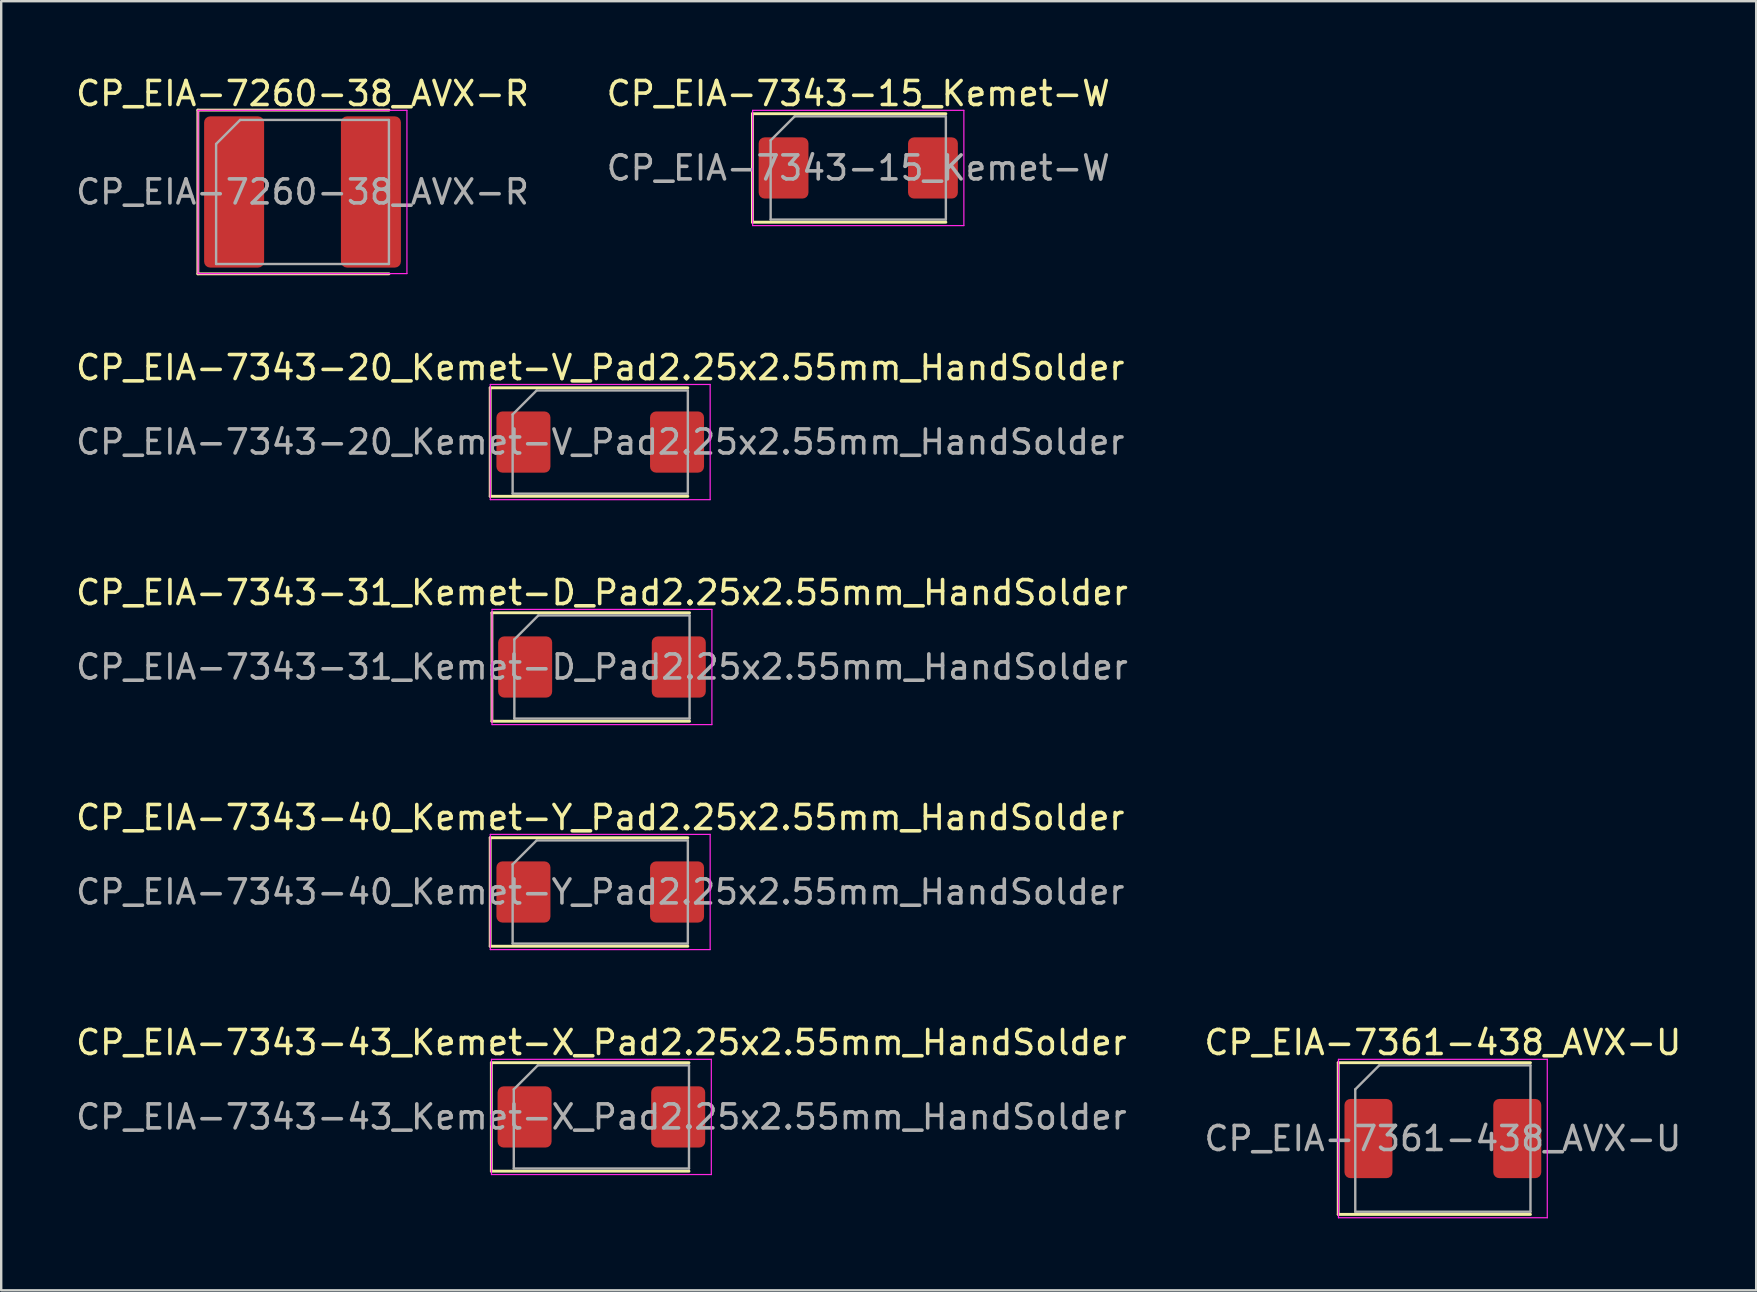
<source format=kicad_pcb>
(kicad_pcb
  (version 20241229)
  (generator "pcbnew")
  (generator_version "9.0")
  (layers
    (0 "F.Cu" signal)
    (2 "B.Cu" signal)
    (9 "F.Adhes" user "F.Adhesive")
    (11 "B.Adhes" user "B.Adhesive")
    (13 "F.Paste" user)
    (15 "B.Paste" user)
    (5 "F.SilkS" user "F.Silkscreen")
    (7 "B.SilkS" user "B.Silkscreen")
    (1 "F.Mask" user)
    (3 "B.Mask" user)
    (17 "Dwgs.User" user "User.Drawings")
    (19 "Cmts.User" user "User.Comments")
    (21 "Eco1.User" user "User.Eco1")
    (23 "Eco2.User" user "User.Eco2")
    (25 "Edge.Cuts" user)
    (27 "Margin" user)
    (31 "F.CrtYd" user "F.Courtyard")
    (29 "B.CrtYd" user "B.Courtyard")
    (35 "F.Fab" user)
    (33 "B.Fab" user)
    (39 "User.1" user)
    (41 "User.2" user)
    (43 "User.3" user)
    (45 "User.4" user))
  (footprint "CP_EIA-7343-15_Kemet-W"
    (layer "F.Cu")
    (at 32.708 3.948)
    (property "Reference" "CP_EIA-7343-15_Kemet-W" (at 0 -3.1 0) (layer "F.SilkS") (effects (font (size 1 1) (thickness 0.15))))
    (attr smd)
    (fp_line (start -4.41 -2.26) (end -4.41 2.26) (stroke (width 0.12) (type solid)) (layer "F.SilkS"))
    (fp_line (start -4.41 2.26) (end 3.65 2.26) (stroke (width 0.12) (type solid)) (layer "F.SilkS"))
    (fp_line (start 3.65 -2.26) (end -4.41 -2.26) (stroke (width 0.12) (type solid)) (layer "F.SilkS"))
    (fp_line (start -4.4 -2.4) (end 4.4 -2.4) (stroke (width 0.05) (type solid)) (layer "F.CrtYd"))
    (fp_line (start -4.4 2.4) (end -4.4 -2.4) (stroke (width 0.05) (type solid)) (layer "F.CrtYd"))
    (fp_line (start 4.4 -2.4) (end 4.4 2.4) (stroke (width 0.05) (type solid)) (layer "F.CrtYd"))
    (fp_line (start 4.4 2.4) (end -4.4 2.4) (stroke (width 0.05) (type solid)) (layer "F.CrtYd"))
    (fp_line (start -3.65 -1.15) (end -3.65 2.15) (stroke (width 0.1) (type solid)) (layer "F.Fab"))
    (fp_line (start -3.65 2.15) (end 3.65 2.15) (stroke (width 0.1) (type solid)) (layer "F.Fab"))
    (fp_line (start -2.65 -2.15) (end -3.65 -1.15) (stroke (width 0.1) (type solid)) (layer "F.Fab"))
    (fp_line (start 3.65 -2.15) (end -2.65 -2.15) (stroke (width 0.1) (type solid)) (layer "F.Fab"))
    (fp_line (start 3.65 2.15) (end 3.65 -2.15) (stroke (width 0.1) (type solid)) (layer "F.Fab"))
    (fp_text user "${REFERENCE}" (at 0 0 0) (layer "F.Fab") (effects (font (size 1 1) (thickness 0.15))))
    (pad "1" smd roundrect (at -3.112 0) (size 2.075 2.55) (layers "F.Cu" "F.Mask" "F.Paste") (roundrect_rratio 0.12))
    (pad "2" smd roundrect (at 3.112 0) (size 2.075 2.55) (layers "F.Cu" "F.Mask" "F.Paste") (roundrect_rratio 0.12)))
  (footprint "CP_EIA-7361-438_AVX-U"
    (layer "F.Cu")
    (at 57.065 44.386)
    (property "Reference" "CP_EIA-7361-438_AVX-U" (at 0 -4 0) (layer "F.SilkS") (effects (font (size 1 1) (thickness 0.15))))
    (attr smd)
    (fp_line (start -4.36 -3.16) (end -4.36 3.16) (stroke (width 0.12) (type solid)) (layer "F.SilkS"))
    (fp_line (start -4.36 3.16) (end 3.65 3.16) (stroke (width 0.12) (type solid)) (layer "F.SilkS"))
    (fp_line (start 3.65 -3.16) (end -4.36 -3.16) (stroke (width 0.12) (type solid)) (layer "F.SilkS"))
    (fp_line (start -4.35 -3.3) (end 4.35 -3.3) (stroke (width 0.05) (type solid)) (layer "F.CrtYd"))
    (fp_line (start -4.35 3.3) (end -4.35 -3.3) (stroke (width 0.05) (type solid)) (layer "F.CrtYd"))
    (fp_line (start 4.35 -3.3) (end 4.35 3.3) (stroke (width 0.05) (type solid)) (layer "F.CrtYd"))
    (fp_line (start 4.35 3.3) (end -4.35 3.3) (stroke (width 0.05) (type solid)) (layer "F.CrtYd"))
    (fp_line (start -3.65 -2.05) (end -3.65 3.05) (stroke (width 0.1) (type solid)) (layer "F.Fab"))
    (fp_line (start -3.65 3.05) (end 3.65 3.05) (stroke (width 0.1) (type solid)) (layer "F.Fab"))
    (fp_line (start -2.65 -3.05) (end -3.65 -2.05) (stroke (width 0.1) (type solid)) (layer "F.Fab"))
    (fp_line (start 3.65 -3.05) (end -2.65 -3.05) (stroke (width 0.1) (type solid)) (layer "F.Fab"))
    (fp_line (start 3.65 3.05) (end 3.65 -3.05) (stroke (width 0.1) (type solid)) (layer "F.Fab"))
    (fp_text user "${REFERENCE}" (at 0 0 0) (layer "F.Fab") (effects (font (size 1 1) (thickness 0.15))))
    (pad "1" smd roundrect (at -3.1 0) (size 2 3.3) (layers "F.Cu" "F.Mask" "F.Paste") (roundrect_rratio 0.125))
    (pad "2" smd roundrect (at 3.1 0) (size 2 3.3) (layers "F.Cu" "F.Mask" "F.Paste") (roundrect_rratio 0.125)))
  (footprint "CP_EIA-7343-43_Kemet-X_Pad2.25x2.55mm_HandSolder"
    (layer "F.Cu")
    (at 22.006 43.486)
    (property "Reference" "CP_EIA-7343-43_Kemet-X_Pad2.25x2.55mm_HandSolder" (at 0 -3.1 0) (layer "F.SilkS") (effects (font (size 1 1) (thickness 0.15))))
    (attr smd)
    (fp_line (start -4.585 -2.26) (end -4.585 2.26) (stroke (width 0.12) (type solid)) (layer "F.SilkS"))
    (fp_line (start -4.585 2.26) (end 3.65 2.26) (stroke (width 0.12) (type solid)) (layer "F.SilkS"))
    (fp_line (start 3.65 -2.26) (end -4.585 -2.26) (stroke (width 0.12) (type solid)) (layer "F.SilkS"))
    (fp_line (start -4.58 -2.4) (end 4.58 -2.4) (stroke (width 0.05) (type solid)) (layer "F.CrtYd"))
    (fp_line (start -4.58 2.4) (end -4.58 -2.4) (stroke (width 0.05) (type solid)) (layer "F.CrtYd"))
    (fp_line (start 4.58 -2.4) (end 4.58 2.4) (stroke (width 0.05) (type solid)) (layer "F.CrtYd"))
    (fp_line (start 4.58 2.4) (end -4.58 2.4) (stroke (width 0.05) (type solid)) (layer "F.CrtYd"))
    (fp_line (start -3.65 -1.15) (end -3.65 2.15) (stroke (width 0.1) (type solid)) (layer "F.Fab"))
    (fp_line (start -3.65 2.15) (end 3.65 2.15) (stroke (width 0.1) (type solid)) (layer "F.Fab"))
    (fp_line (start -2.65 -2.15) (end -3.65 -1.15) (stroke (width 0.1) (type solid)) (layer "F.Fab"))
    (fp_line (start 3.65 -2.15) (end -2.65 -2.15) (stroke (width 0.1) (type solid)) (layer "F.Fab"))
    (fp_line (start 3.65 2.15) (end 3.65 -2.15) (stroke (width 0.1) (type solid)) (layer "F.Fab"))
    (fp_text user "${REFERENCE}" (at 0 0 0) (layer "F.Fab") (effects (font (size 1 1) (thickness 0.15))))
    (pad "1" smd roundrect (at -3.2 0) (size 2.25 2.55) (layers "F.Cu" "F.Mask" "F.Paste") (roundrect_rratio 0.111))
    (pad "2" smd roundrect (at 3.2 0) (size 2.25 2.55) (layers "F.Cu" "F.Mask" "F.Paste") (roundrect_rratio 0.111)))
  (footprint "CP_EIA-7260-38_AVX-R"
    (layer "F.Cu")
    (at 9.554 4.948)
    (property "Reference" "CP_EIA-7260-38_AVX-R" (at 0 -4.1 0) (layer "F.SilkS") (effects (font (size 1 1) (thickness 0.15))))
    (attr smd)
    (fp_line (start -4.36 -3.41) (end -4.36 3.41) (stroke (width 0.12) (type solid)) (layer "F.SilkS"))
    (fp_line (start -4.36 3.41) (end 3.6 3.41) (stroke (width 0.12) (type solid)) (layer "F.SilkS"))
    (fp_line (start 3.6 -3.41) (end -4.36 -3.41) (stroke (width 0.12) (type solid)) (layer "F.SilkS"))
    (fp_line (start -4.35 -3.4) (end 4.35 -3.4) (stroke (width 0.05) (type solid)) (layer "F.CrtYd"))
    (fp_line (start -4.35 3.4) (end -4.35 -3.4) (stroke (width 0.05) (type solid)) (layer "F.CrtYd"))
    (fp_line (start 4.35 -3.4) (end 4.35 3.4) (stroke (width 0.05) (type solid)) (layer "F.CrtYd"))
    (fp_line (start 4.35 3.4) (end -4.35 3.4) (stroke (width 0.05) (type solid)) (layer "F.CrtYd"))
    (fp_line (start -3.6 -2) (end -3.6 3) (stroke (width 0.1) (type solid)) (layer "F.Fab"))
    (fp_line (start -3.6 3) (end 3.6 3) (stroke (width 0.1) (type solid)) (layer "F.Fab"))
    (fp_line (start -2.6 -3) (end -3.6 -2) (stroke (width 0.1) (type solid)) (layer "F.Fab"))
    (fp_line (start 3.6 -3) (end -2.6 -3) (stroke (width 0.1) (type solid)) (layer "F.Fab"))
    (fp_line (start 3.6 3) (end 3.6 -3) (stroke (width 0.1) (type solid)) (layer "F.Fab"))
    (fp_text user "${REFERENCE}" (at 0 0 0) (layer "F.Fab") (effects (font (size 1 1) (thickness 0.15))))
    (pad "1" smd roundrect (at -2.85 0) (size 2.5 6.3) (layers "F.Cu" "F.Mask" "F.Paste") (roundrect_rratio 0.1))
    (pad "2" smd roundrect (at 2.85 0) (size 2.5 6.3) (layers "F.Cu" "F.Mask" "F.Paste") (roundrect_rratio 0.1)))
  (footprint "CP_EIA-7343-31_Kemet-D_Pad2.25x2.55mm_HandSolder"
    (layer "F.Cu")
    (at 22.03 24.74)
    (property "Reference" "CP_EIA-7343-31_Kemet-D_Pad2.25x2.55mm_HandSolder" (at 0 -3.1 0) (layer "F.SilkS") (effects (font (size 1 1) (thickness 0.15))))
    (attr smd)
    (fp_line (start -4.585 -2.26) (end -4.585 2.26) (stroke (width 0.12) (type solid)) (layer "F.SilkS"))
    (fp_line (start -4.585 2.26) (end 3.65 2.26) (stroke (width 0.12) (type solid)) (layer "F.SilkS"))
    (fp_line (start 3.65 -2.26) (end -4.585 -2.26) (stroke (width 0.12) (type solid)) (layer "F.SilkS"))
    (fp_line (start -4.58 -2.4) (end 4.58 -2.4) (stroke (width 0.05) (type solid)) (layer "F.CrtYd"))
    (fp_line (start -4.58 2.4) (end -4.58 -2.4) (stroke (width 0.05) (type solid)) (layer "F.CrtYd"))
    (fp_line (start 4.58 -2.4) (end 4.58 2.4) (stroke (width 0.05) (type solid)) (layer "F.CrtYd"))
    (fp_line (start 4.58 2.4) (end -4.58 2.4) (stroke (width 0.05) (type solid)) (layer "F.CrtYd"))
    (fp_line (start -3.65 -1.15) (end -3.65 2.15) (stroke (width 0.1) (type solid)) (layer "F.Fab"))
    (fp_line (start -3.65 2.15) (end 3.65 2.15) (stroke (width 0.1) (type solid)) (layer "F.Fab"))
    (fp_line (start -2.65 -2.15) (end -3.65 -1.15) (stroke (width 0.1) (type solid)) (layer "F.Fab"))
    (fp_line (start 3.65 -2.15) (end -2.65 -2.15) (stroke (width 0.1) (type solid)) (layer "F.Fab"))
    (fp_line (start 3.65 2.15) (end 3.65 -2.15) (stroke (width 0.1) (type solid)) (layer "F.Fab"))
    (fp_text user "${REFERENCE}" (at 0 0 0) (layer "F.Fab") (effects (font (size 1 1) (thickness 0.15))))
    (pad "1" smd roundrect (at -3.2 0) (size 2.25 2.55) (layers "F.Cu" "F.Mask" "F.Paste") (roundrect_rratio 0.111))
    (pad "2" smd roundrect (at 3.2 0) (size 2.25 2.55) (layers "F.Cu" "F.Mask" "F.Paste") (roundrect_rratio 0.111)))
  (footprint "CP_EIA-7343-40_Kemet-Y_Pad2.25x2.55mm_HandSolder"
    (layer "F.Cu")
    (at 21.958 34.113)
    (property "Reference" "CP_EIA-7343-40_Kemet-Y_Pad2.25x2.55mm_HandSolder" (at 0 -3.1 0) (layer "F.SilkS") (effects (font (size 1 1) (thickness 0.15))))
    (attr smd)
    (fp_line (start -4.585 -2.26) (end -4.585 2.26) (stroke (width 0.12) (type solid)) (layer "F.SilkS"))
    (fp_line (start -4.585 2.26) (end 3.65 2.26) (stroke (width 0.12) (type solid)) (layer "F.SilkS"))
    (fp_line (start 3.65 -2.26) (end -4.585 -2.26) (stroke (width 0.12) (type solid)) (layer "F.SilkS"))
    (fp_line (start -4.58 -2.4) (end 4.58 -2.4) (stroke (width 0.05) (type solid)) (layer "F.CrtYd"))
    (fp_line (start -4.58 2.4) (end -4.58 -2.4) (stroke (width 0.05) (type solid)) (layer "F.CrtYd"))
    (fp_line (start 4.58 -2.4) (end 4.58 2.4) (stroke (width 0.05) (type solid)) (layer "F.CrtYd"))
    (fp_line (start 4.58 2.4) (end -4.58 2.4) (stroke (width 0.05) (type solid)) (layer "F.CrtYd"))
    (fp_line (start -3.65 -1.15) (end -3.65 2.15) (stroke (width 0.1) (type solid)) (layer "F.Fab"))
    (fp_line (start -3.65 2.15) (end 3.65 2.15) (stroke (width 0.1) (type solid)) (layer "F.Fab"))
    (fp_line (start -2.65 -2.15) (end -3.65 -1.15) (stroke (width 0.1) (type solid)) (layer "F.Fab"))
    (fp_line (start 3.65 -2.15) (end -2.65 -2.15) (stroke (width 0.1) (type solid)) (layer "F.Fab"))
    (fp_line (start 3.65 2.15) (end 3.65 -2.15) (stroke (width 0.1) (type solid)) (layer "F.Fab"))
    (fp_text user "${REFERENCE}" (at 0 0 0) (layer "F.Fab") (effects (font (size 1 1) (thickness 0.15))))
    (pad "1" smd roundrect (at -3.2 0) (size 2.25 2.55) (layers "F.Cu" "F.Mask" "F.Paste") (roundrect_rratio 0.111))
    (pad "2" smd roundrect (at 3.2 0) (size 2.25 2.55) (layers "F.Cu" "F.Mask" "F.Paste") (roundrect_rratio 0.111)))
  (footprint "CP_EIA-7343-20_Kemet-V_Pad2.25x2.55mm_HandSolder"
    (layer "F.Cu")
    (at 21.958 15.367)
    (property "Reference" "CP_EIA-7343-20_Kemet-V_Pad2.25x2.55mm_HandSolder" (at 0 -3.1 0) (layer "F.SilkS") (effects (font (size 1 1) (thickness 0.15))))
    (attr smd)
    (fp_line (start -4.585 -2.26) (end -4.585 2.26) (stroke (width 0.12) (type solid)) (layer "F.SilkS"))
    (fp_line (start -4.585 2.26) (end 3.65 2.26) (stroke (width 0.12) (type solid)) (layer "F.SilkS"))
    (fp_line (start 3.65 -2.26) (end -4.585 -2.26) (stroke (width 0.12) (type solid)) (layer "F.SilkS"))
    (fp_line (start -4.58 -2.4) (end 4.58 -2.4) (stroke (width 0.05) (type solid)) (layer "F.CrtYd"))
    (fp_line (start -4.58 2.4) (end -4.58 -2.4) (stroke (width 0.05) (type solid)) (layer "F.CrtYd"))
    (fp_line (start 4.58 -2.4) (end 4.58 2.4) (stroke (width 0.05) (type solid)) (layer "F.CrtYd"))
    (fp_line (start 4.58 2.4) (end -4.58 2.4) (stroke (width 0.05) (type solid)) (layer "F.CrtYd"))
    (fp_line (start -3.65 -1.15) (end -3.65 2.15) (stroke (width 0.1) (type solid)) (layer "F.Fab"))
    (fp_line (start -3.65 2.15) (end 3.65 2.15) (stroke (width 0.1) (type solid)) (layer "F.Fab"))
    (fp_line (start -2.65 -2.15) (end -3.65 -1.15) (stroke (width 0.1) (type solid)) (layer "F.Fab"))
    (fp_line (start 3.65 -2.15) (end -2.65 -2.15) (stroke (width 0.1) (type solid)) (layer "F.Fab"))
    (fp_line (start 3.65 2.15) (end 3.65 -2.15) (stroke (width 0.1) (type solid)) (layer "F.Fab"))
    (fp_text user "${REFERENCE}" (at 0 0 0) (layer "F.Fab") (effects (font (size 1 1) (thickness 0.15))))
    (pad "1" smd roundrect (at -3.2 0) (size 2.25 2.55) (layers "F.Cu" "F.Mask" "F.Paste") (roundrect_rratio 0.111))
    (pad "2" smd roundrect (at 3.2 0) (size 2.25 2.55) (layers "F.Cu" "F.Mask" "F.Paste") (roundrect_rratio 0.111)))
  (gr_rect
    (start -3 -3)
    (end 70.119 50.711)
    (stroke (width 0.1) (type default))
    (fill no)
    (layer "Edge.Cuts")))
</source>
